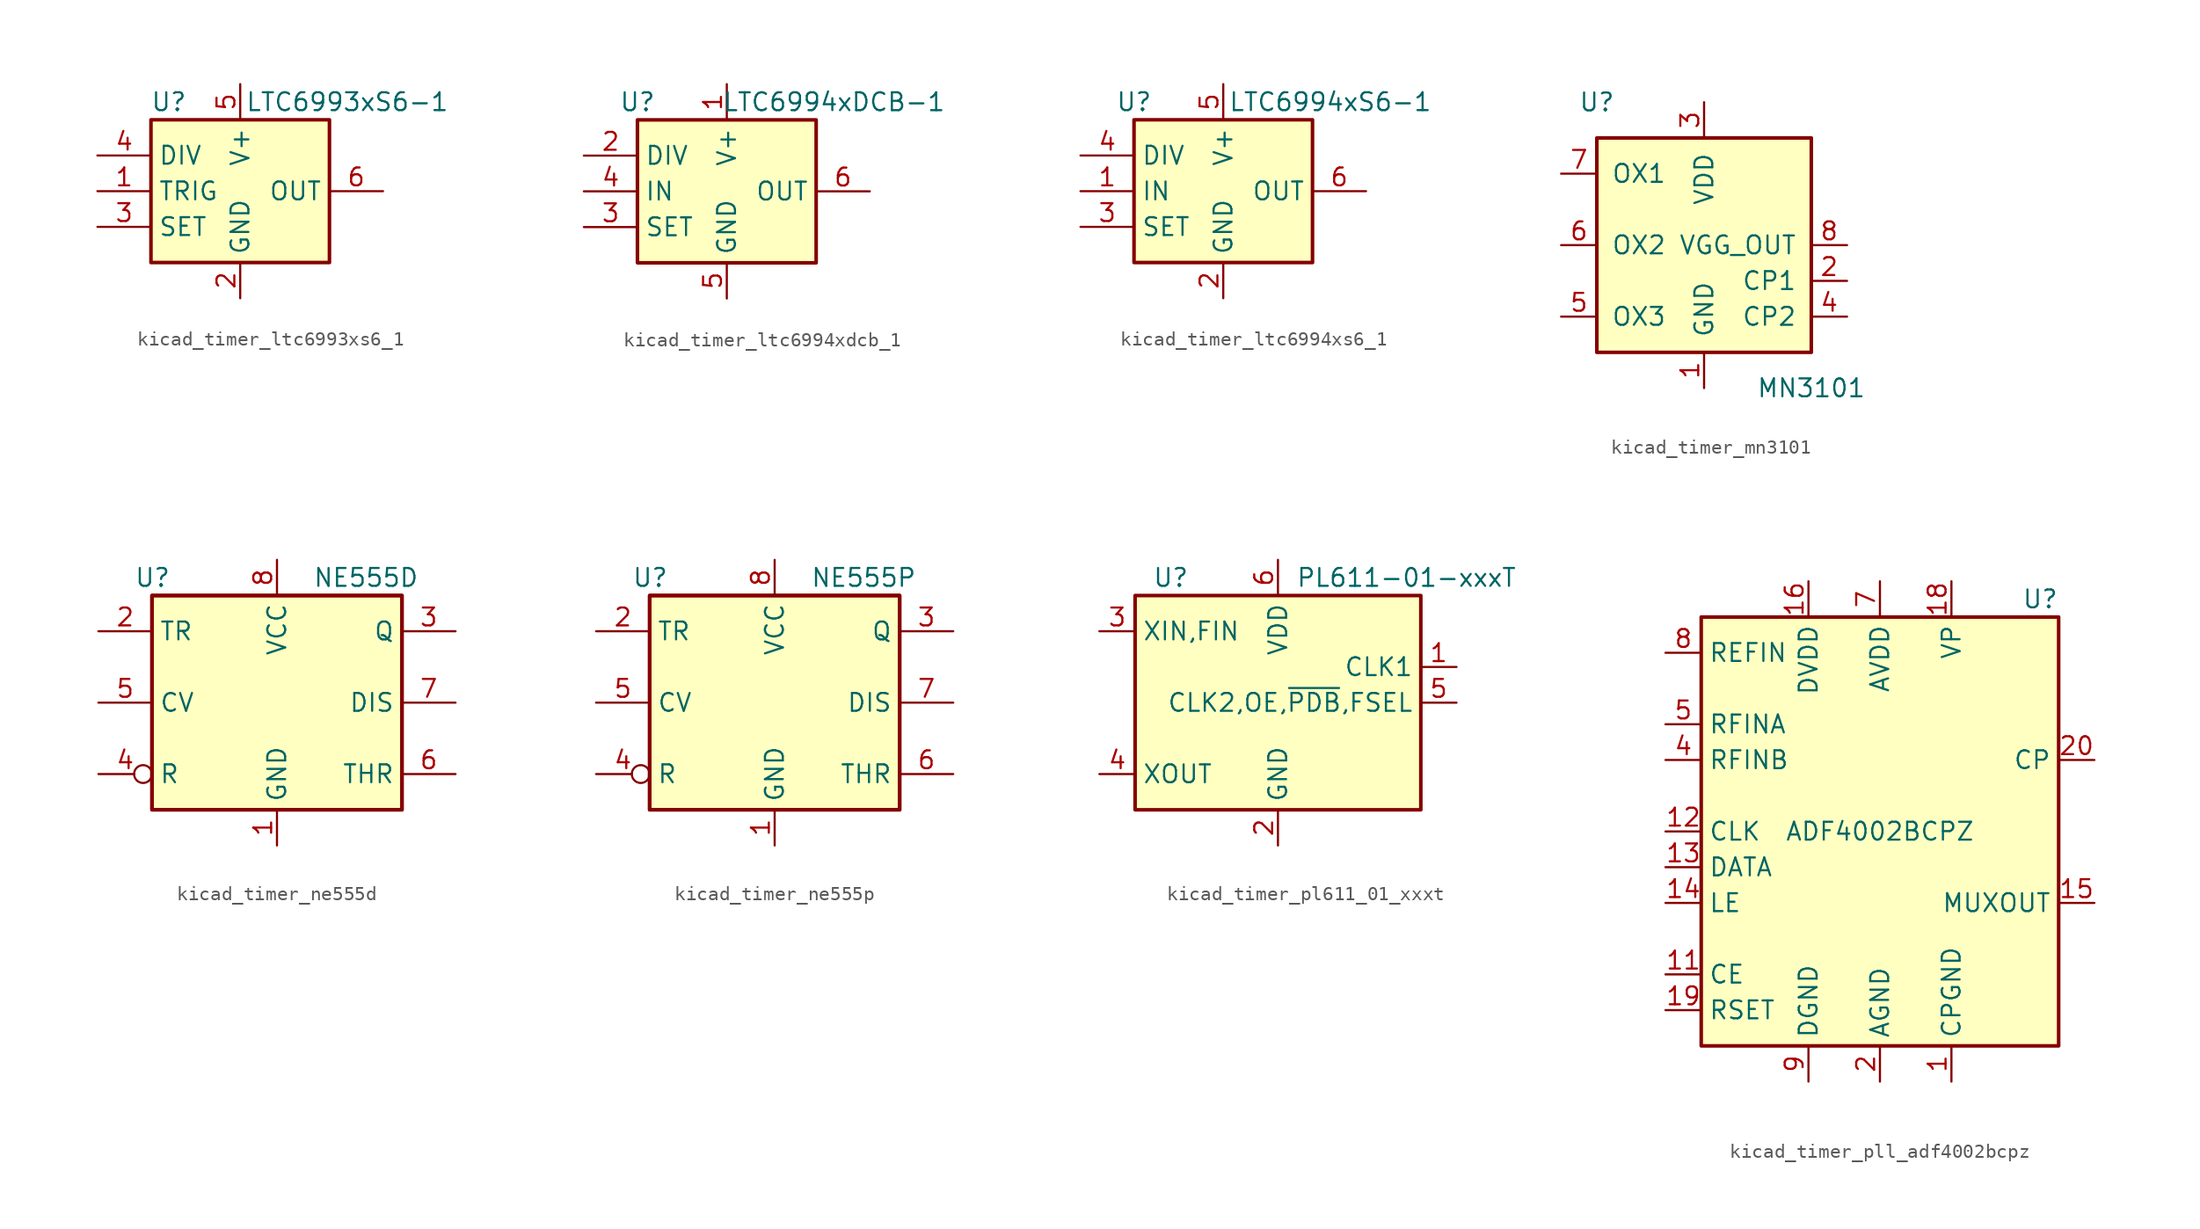
<source format=kicad_sym>
(kicad_symbol_lib
  (version 20220914)
  (generator kicad_symbol_editor)
  (symbol "kicad_timer_ltc6993xs6_1"
    (property "Reference" "U"
      (at -5.08 6.35 0)
      (effects (font (size 1.27 1.27))))
    (property "Value" "LTC6993xS6-1"
      (at 7.62 6.35 0)
      (effects (font (size 1.27 1.27))))
    (symbol "kicad_timer_ltc6993xs6_1_0_1"
      (rectangle (start -6.35 5.08) (end 6.35 -5.08) (stroke (width 0.254) (type default)) (fill (type background))))
    (symbol "kicad_timer_ltc6993xs6_1_1_1"
      (pin input line (at -10.16 0 0) (length 3.81) (name "TRIG" (effects (font (size 1.27 1.27)))) (number "1" (effects (font (size 1.27 1.27)))))
      (pin power_in line (at 0 -7.62 90) (length 2.54) (name "GND" (effects (font (size 1.27 1.27)))) (number "2" (effects (font (size 1.27 1.27)))))
      (pin passive line (at -10.16 -2.54 0) (length 3.81) (name "SET" (effects (font (size 1.27 1.27)))) (number "3" (effects (font (size 1.27 1.27)))))
      (pin input line (at -10.16 2.54 0) (length 3.81) (name "DIV" (effects (font (size 1.27 1.27)))) (number "4" (effects (font (size 1.27 1.27)))))
      (pin power_in line (at 0 7.62 270) (length 2.54) (name "V+" (effects (font (size 1.27 1.27)))) (number "5" (effects (font (size 1.27 1.27)))))
      (pin output line (at 10.16 0 180) (length 3.81) (name "OUT" (effects (font (size 1.27 1.27)))) (number "6" (effects (font (size 1.27 1.27)))))))
  (symbol "kicad_timer_ltc6994xdcb_1"
    (property "Reference" "U"
      (at -6.35 6.35 0)
      (effects (font (size 1.27 1.27))))
    (property "Value" "LTC6994xDCB-1"
      (at 7.62 6.35 0)
      (effects (font (size 1.27 1.27))))
    (symbol "kicad_timer_ltc6994xdcb_1_0_1"
      (rectangle (start -6.35 5.08) (end 6.35 -5.08) (stroke (width 0.254) (type default)) (fill (type background))))
    (symbol "kicad_timer_ltc6994xdcb_1_1_1"
      (pin power_in line (at 0 7.62 270) (length 2.54) (name "V+" (effects (font (size 1.27 1.27)))) (number "1" (effects (font (size 1.27 1.27)))))
      (pin input line (at -10.16 2.54 0) (length 3.81) (name "DIV" (effects (font (size 1.27 1.27)))) (number "2" (effects (font (size 1.27 1.27)))))
      (pin passive line (at -10.16 -2.54 0) (length 3.81) (name "SET" (effects (font (size 1.27 1.27)))) (number "3" (effects (font (size 1.27 1.27)))))
      (pin input line (at -10.16 0 0) (length 3.81) (name "IN" (effects (font (size 1.27 1.27)))) (number "4" (effects (font (size 1.27 1.27)))))
      (pin power_in line (at 0 -7.62 90) (length 2.54) (name "GND" (effects (font (size 1.27 1.27)))) (number "5" (effects (font (size 1.27 1.27)))))
      (pin output line (at 10.16 0 180) (length 3.81) (name "OUT" (effects (font (size 1.27 1.27)))) (number "6" (effects (font (size 1.27 1.27)))))))
  (symbol "kicad_timer_ltc6994xs6_1"
    (property "Reference" "U"
      (at -6.35 6.35 0)
      (effects (font (size 1.27 1.27))))
    (property "Value" "LTC6994xS6-1"
      (at 7.62 6.35 0)
      (effects (font (size 1.27 1.27))))
    (symbol "kicad_timer_ltc6994xs6_1_0_1"
      (rectangle (start -6.35 5.08) (end 6.35 -5.08) (stroke (width 0.254) (type default)) (fill (type background))))
    (symbol "kicad_timer_ltc6994xs6_1_1_1"
      (pin input line (at -10.16 0 0) (length 3.81) (name "IN" (effects (font (size 1.27 1.27)))) (number "1" (effects (font (size 1.27 1.27)))))
      (pin power_in line (at 0 -7.62 90) (length 2.54) (name "GND" (effects (font (size 1.27 1.27)))) (number "2" (effects (font (size 1.27 1.27)))))
      (pin passive line (at -10.16 -2.54 0) (length 3.81) (name "SET" (effects (font (size 1.27 1.27)))) (number "3" (effects (font (size 1.27 1.27)))))
      (pin input line (at -10.16 2.54 0) (length 3.81) (name "DIV" (effects (font (size 1.27 1.27)))) (number "4" (effects (font (size 1.27 1.27)))))
      (pin power_in line (at 0 7.62 270) (length 2.54) (name "V+" (effects (font (size 1.27 1.27)))) (number "5" (effects (font (size 1.27 1.27)))))
      (pin output line (at 10.16 0 180) (length 3.81) (name "OUT" (effects (font (size 1.27 1.27)))) (number "6" (effects (font (size 1.27 1.27)))))))
  (symbol "kicad_timer_mn3101"
    (pin_names
      (offset 1.016))
    (property "Reference" "U"
      (at -7.62 10.16 0)
      (effects (font (size 1.27 1.27))))
    (property "Value" "MN3101"
      (at 7.62 -10.16 0)
      (effects (font (size 1.27 1.27))))
    (symbol "kicad_timer_mn3101_0_1"
      (rectangle (start -7.62 7.62) (end 7.62 -7.62) (stroke (width 0.254) (type default)) (fill (type background))))
    (symbol "kicad_timer_mn3101_1_1"
      (pin power_in line (at 0 -10.16 90) (length 2.54) (name "GND" (effects (font (size 1.27 1.27)))) (number "1" (effects (font (size 1.27 1.27)))))
      (pin output line (at 10.16 -2.54 180) (length 2.54) (name "CP1" (effects (font (size 1.27 1.27)))) (number "2" (effects (font (size 1.27 1.27)))))
      (pin power_in line (at 0 10.16 270) (length 2.54) (name "VDD" (effects (font (size 1.27 1.27)))) (number "3" (effects (font (size 1.27 1.27)))))
      (pin output line (at 10.16 -5.08 180) (length 2.54) (name "CP2" (effects (font (size 1.27 1.27)))) (number "4" (effects (font (size 1.27 1.27)))))
      (pin input line (at -10.16 -5.08 0) (length 2.54) (name "OX3" (effects (font (size 1.27 1.27)))) (number "5" (effects (font (size 1.27 1.27)))))
      (pin input line (at -10.16 0 0) (length 2.54) (name "OX2" (effects (font (size 1.27 1.27)))) (number "6" (effects (font (size 1.27 1.27)))))
      (pin input line (at -10.16 5.08 0) (length 2.54) (name "OX1" (effects (font (size 1.27 1.27)))) (number "7" (effects (font (size 1.27 1.27)))))
      (pin power_out line (at 10.16 0 180) (length 2.54) (name "VGG_OUT" (effects (font (size 1.27 1.27)))) (number "8" (effects (font (size 1.27 1.27)))))))
  (symbol "kicad_timer_ne555d"
    (property "Reference" "U"
      (at -10.16 8.89 0)
      (effects (font (size 1.27 1.27)) (justify left)))
    (property "Value" "NE555D"
      (at 2.54 8.89 0)
      (effects (font (size 1.27 1.27)) (justify left)))
    (symbol "kicad_timer_ne555d_0_0"
      (pin power_in line (at 0 -10.16 90) (length 2.54) (name "GND" (effects (font (size 1.27 1.27)))) (number "1" (effects (font (size 1.27 1.27)))))
      (pin power_in line (at 0 10.16 270) (length 2.54) (name "VCC" (effects (font (size 1.27 1.27)))) (number "8" (effects (font (size 1.27 1.27))))))
    (symbol "kicad_timer_ne555d_0_1"
      (rectangle (start -8.89 -7.62) (end 8.89 7.62) (stroke (width 0.254) (type default)) (fill (type background)))
      (rectangle (start -8.89 -7.62) (end 8.89 7.62) (stroke (width 0.254) (type default)) (fill (type background))))
    (symbol "kicad_timer_ne555d_1_1"
      (pin input line (at -12.7 5.08 0) (length 3.81) (name "TR" (effects (font (size 1.27 1.27)))) (number "2" (effects (font (size 1.27 1.27)))))
      (pin output line (at 12.7 5.08 180) (length 3.81) (name "Q" (effects (font (size 1.27 1.27)))) (number "3" (effects (font (size 1.27 1.27)))))
      (pin input inverted (at -12.7 -5.08 0) (length 3.81) (name "R" (effects (font (size 1.27 1.27)))) (number "4" (effects (font (size 1.27 1.27)))))
      (pin input line (at -12.7 0 0) (length 3.81) (name "CV" (effects (font (size 1.27 1.27)))) (number "5" (effects (font (size 1.27 1.27)))))
      (pin input line (at 12.7 -5.08 180) (length 3.81) (name "THR" (effects (font (size 1.27 1.27)))) (number "6" (effects (font (size 1.27 1.27)))))
      (pin input line (at 12.7 0 180) (length 3.81) (name "DIS" (effects (font (size 1.27 1.27)))) (number "7" (effects (font (size 1.27 1.27)))))))
  (symbol "kicad_timer_ne555p"
    (property "Reference" "U"
      (at -10.16 8.89 0)
      (effects (font (size 1.27 1.27)) (justify left)))
    (property "Value" "NE555P"
      (at 2.54 8.89 0)
      (effects (font (size 1.27 1.27)) (justify left)))
    (symbol "kicad_timer_ne555p_0_0"
      (pin power_in line (at 0 -10.16 90) (length 2.54) (name "GND" (effects (font (size 1.27 1.27)))) (number "1" (effects (font (size 1.27 1.27)))))
      (pin power_in line (at 0 10.16 270) (length 2.54) (name "VCC" (effects (font (size 1.27 1.27)))) (number "8" (effects (font (size 1.27 1.27))))))
    (symbol "kicad_timer_ne555p_0_1"
      (rectangle (start -8.89 -7.62) (end 8.89 7.62) (stroke (width 0.254) (type default)) (fill (type background)))
      (rectangle (start -8.89 -7.62) (end 8.89 7.62) (stroke (width 0.254) (type default)) (fill (type background))))
    (symbol "kicad_timer_ne555p_1_1"
      (pin input line (at -12.7 5.08 0) (length 3.81) (name "TR" (effects (font (size 1.27 1.27)))) (number "2" (effects (font (size 1.27 1.27)))))
      (pin output line (at 12.7 5.08 180) (length 3.81) (name "Q" (effects (font (size 1.27 1.27)))) (number "3" (effects (font (size 1.27 1.27)))))
      (pin input inverted (at -12.7 -5.08 0) (length 3.81) (name "R" (effects (font (size 1.27 1.27)))) (number "4" (effects (font (size 1.27 1.27)))))
      (pin input line (at -12.7 0 0) (length 3.81) (name "CV" (effects (font (size 1.27 1.27)))) (number "5" (effects (font (size 1.27 1.27)))))
      (pin input line (at 12.7 -5.08 180) (length 3.81) (name "THR" (effects (font (size 1.27 1.27)))) (number "6" (effects (font (size 1.27 1.27)))))
      (pin input line (at 12.7 0 180) (length 3.81) (name "DIS" (effects (font (size 1.27 1.27)))) (number "7" (effects (font (size 1.27 1.27)))))))
  (symbol "kicad_timer_pl611_01_xxxt"
    (property "Reference" "U"
      (at -7.62 8.89 0)
      (effects (font (size 1.27 1.27))))
    (property "Value" "PL611-01-xxxT"
      (at 1.27 8.89 0)
      (effects (font (size 1.27 1.27)) (justify left)))
    (symbol "kicad_timer_pl611_01_xxxt_0_1"
      (rectangle (start -10.16 7.62) (end 10.16 -7.62) (stroke (width 0.254) (type default)) (fill (type background))))
    (symbol "kicad_timer_pl611_01_xxxt_1_1"
      (pin output line (at 12.7 2.54 180) (length 2.54) (name "CLK1" (effects (font (size 1.27 1.27)))) (number "1" (effects (font (size 1.27 1.27)))))
      (pin power_in line (at 0 -10.16 90) (length 2.54) (name "GND" (effects (font (size 1.27 1.27)))) (number "2" (effects (font (size 1.27 1.27)))))
      (pin input line (at -12.7 5.08 0) (length 2.54) (name "XIN,FIN" (effects (font (size 1.27 1.27)))) (number "3" (effects (font (size 1.27 1.27)))))
      (pin output line (at -12.7 -5.08 0) (length 2.54) (name "XOUT" (effects (font (size 1.27 1.27)))) (number "4" (effects (font (size 1.27 1.27)))))
      (pin bidirectional line (at 12.7 0 180) (length 2.54) (name "CLK2,OE,~{PDB},FSEL" (effects (font (size 1.27 1.27)))) (number "5" (effects (font (size 1.27 1.27)))))
      (pin power_in line (at 0 10.16 270) (length 2.54) (name "VDD" (effects (font (size 1.27 1.27)))) (number "6" (effects (font (size 1.27 1.27)))))))
  (symbol "kicad_timer_pll_adf4002bcpz"
    (property "Reference" "U"
      (at 12.7 16.51 0)
      (effects (font (size 1.27 1.27)) (justify right)))
    (property "Value" "ADF4002BCPZ"
      (at 0 0 0)
      (effects (font (size 1.27 1.27))))
    (symbol "kicad_timer_pll_adf4002bcpz_0_1"
      (rectangle (start -12.7 15.24) (end 12.7 -15.24) (stroke (width 0.254) (type default)) (fill (type background))))
    (symbol "kicad_timer_pll_adf4002bcpz_1_1"
      (pin power_in line (at 5.08 -17.78 90) (length 2.54) (name "CPGND" (effects (font (size 1.27 1.27)))) (number "1" (effects (font (size 1.27 1.27)))))
      (pin passive line (at -5.08 -17.78 90) (length 2.54) hide (name "DGND" (effects (font (size 1.27 1.27)))) (number "10" (effects (font (size 1.27 1.27)))))
      (pin input line (at -15.24 -10.16 0) (length 2.54) (name "CE" (effects (font (size 1.27 1.27)))) (number "11" (effects (font (size 1.27 1.27)))))
      (pin input line (at -15.24 0 0) (length 2.54) (name "CLK" (effects (font (size 1.27 1.27)))) (number "12" (effects (font (size 1.27 1.27)))))
      (pin input line (at -15.24 -2.54 0) (length 2.54) (name "DATA" (effects (font (size 1.27 1.27)))) (number "13" (effects (font (size 1.27 1.27)))))
      (pin input line (at -15.24 -5.08 0) (length 2.54) (name "LE" (effects (font (size 1.27 1.27)))) (number "14" (effects (font (size 1.27 1.27)))))
      (pin output line (at 15.24 -5.08 180) (length 2.54) (name "MUXOUT" (effects (font (size 1.27 1.27)))) (number "15" (effects (font (size 1.27 1.27)))))
      (pin power_in line (at -5.08 17.78 270) (length 2.54) (name "DVDD" (effects (font (size 1.27 1.27)))) (number "16" (effects (font (size 1.27 1.27)))))
      (pin passive line (at -5.08 17.78 270) (length 2.54) hide (name "DVDD" (effects (font (size 1.27 1.27)))) (number "17" (effects (font (size 1.27 1.27)))))
      (pin power_in line (at 5.08 17.78 270) (length 2.54) (name "VP" (effects (font (size 1.27 1.27)))) (number "18" (effects (font (size 1.27 1.27)))))
      (pin input line (at -15.24 -12.7 0) (length 2.54) (name "RSET" (effects (font (size 1.27 1.27)))) (number "19" (effects (font (size 1.27 1.27)))))
      (pin power_in line (at 0 -17.78 90) (length 2.54) (name "AGND" (effects (font (size 1.27 1.27)))) (number "2" (effects (font (size 1.27 1.27)))))
      (pin output line (at 15.24 5.08 180) (length 2.54) (name "CP" (effects (font (size 1.27 1.27)))) (number "20" (effects (font (size 1.27 1.27)))))
      (pin passive line (at 0 -17.78 90) (length 2.54) hide (name "AGND" (effects (font (size 1.27 1.27)))) (number "21" (effects (font (size 1.27 1.27)))))
      (pin passive line (at 0 -17.78 90) (length 2.54) hide (name "AGND" (effects (font (size 1.27 1.27)))) (number "3" (effects (font (size 1.27 1.27)))))
      (pin input line (at -15.24 5.08 0) (length 2.54) (name "RFINB" (effects (font (size 1.27 1.27)))) (number "4" (effects (font (size 1.27 1.27)))))
      (pin input line (at -15.24 7.62 0) (length 2.54) (name "RFINA" (effects (font (size 1.27 1.27)))) (number "5" (effects (font (size 1.27 1.27)))))
      (pin passive line (at 0 17.78 270) (length 2.54) hide (name "AVDD" (effects (font (size 1.27 1.27)))) (number "6" (effects (font (size 1.27 1.27)))))
      (pin power_in line (at 0 17.78 270) (length 2.54) (name "AVDD" (effects (font (size 1.27 1.27)))) (number "7" (effects (font (size 1.27 1.27)))))
      (pin input line (at -15.24 12.7 0) (length 2.54) (name "REFIN" (effects (font (size 1.27 1.27)))) (number "8" (effects (font (size 1.27 1.27)))))
      (pin power_in line (at -5.08 -17.78 90) (length 2.54) (name "DGND" (effects (font (size 1.27 1.27)))) (number "9" (effects (font (size 1.27 1.27))))))))
</source>
